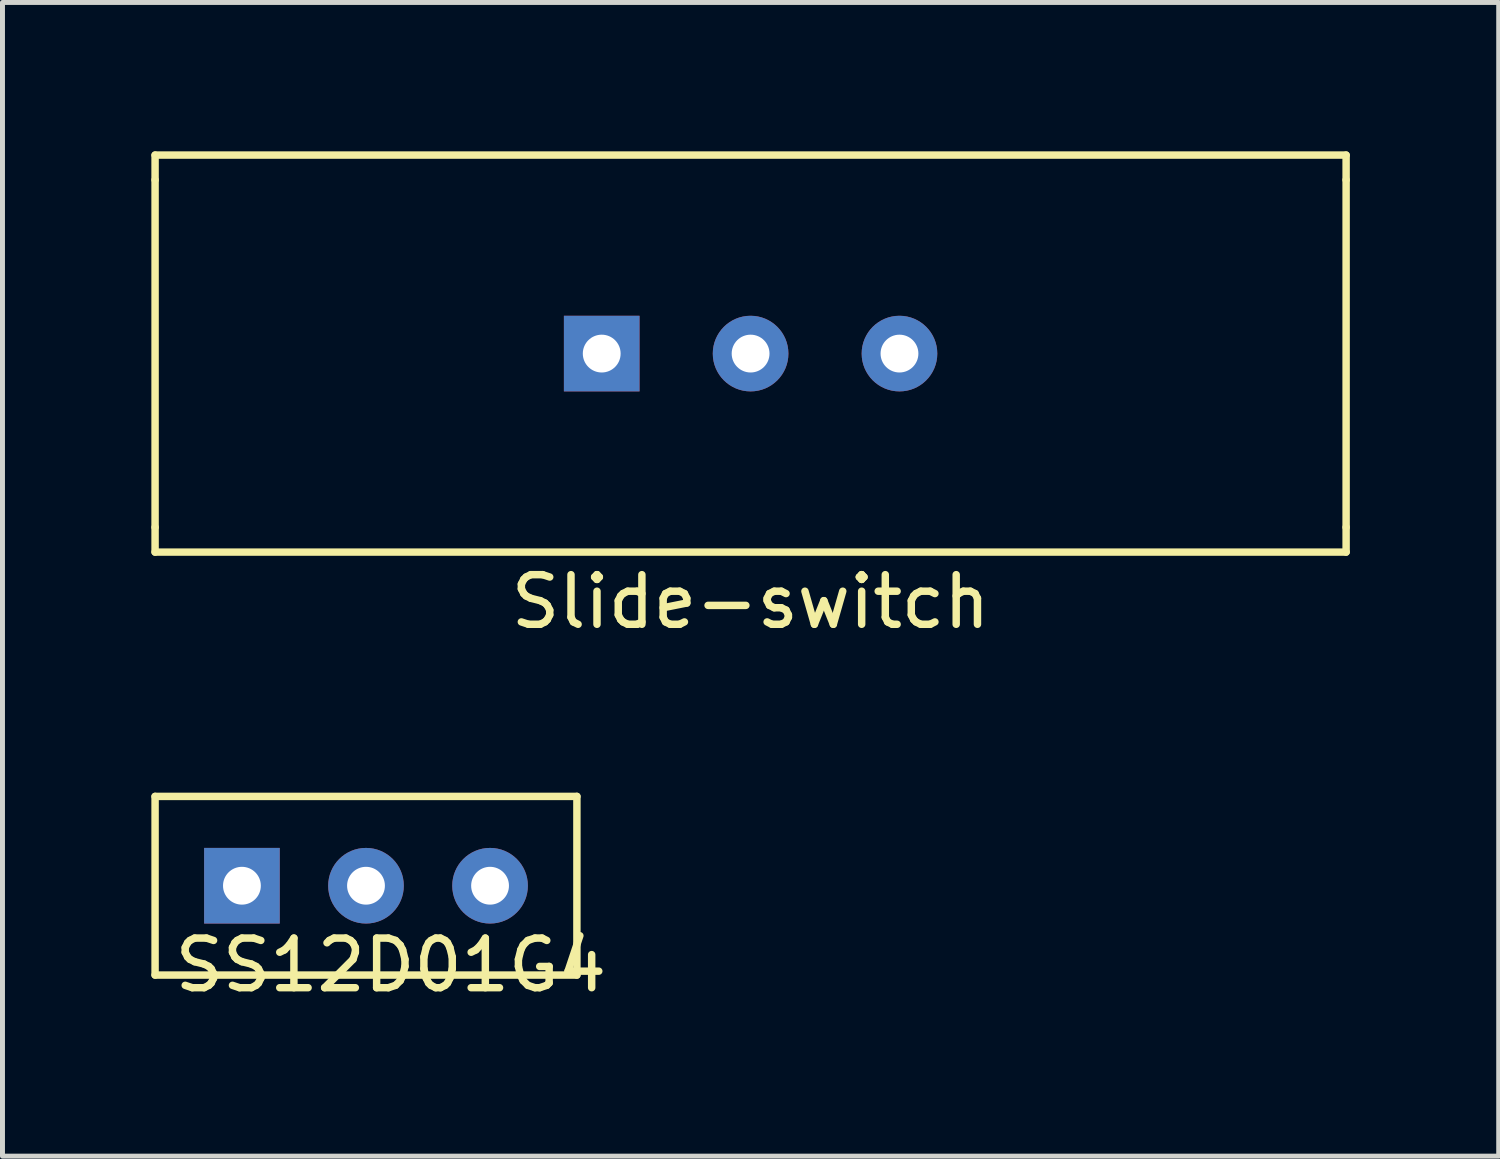
<source format=kicad_pcb>
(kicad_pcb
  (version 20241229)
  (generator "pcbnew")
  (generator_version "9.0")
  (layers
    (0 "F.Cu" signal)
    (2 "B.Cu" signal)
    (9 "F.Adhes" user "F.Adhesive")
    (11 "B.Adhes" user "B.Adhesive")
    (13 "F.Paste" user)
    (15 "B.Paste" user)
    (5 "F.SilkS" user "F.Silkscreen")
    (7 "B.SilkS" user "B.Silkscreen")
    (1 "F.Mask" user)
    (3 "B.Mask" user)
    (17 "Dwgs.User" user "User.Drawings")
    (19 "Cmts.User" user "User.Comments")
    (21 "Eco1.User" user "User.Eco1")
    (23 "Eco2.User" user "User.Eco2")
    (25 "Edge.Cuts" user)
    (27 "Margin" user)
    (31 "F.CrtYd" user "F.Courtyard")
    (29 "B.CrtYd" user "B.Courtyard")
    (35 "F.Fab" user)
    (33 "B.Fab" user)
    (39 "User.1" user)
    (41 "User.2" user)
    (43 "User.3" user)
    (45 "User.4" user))
  (footprint "Slide-switch"
    (layer "F.Cu")
    (at 12.075 4.075)
    (property "Reference" "Slide-switch" (at 0 5 0) (layer "F.SilkS") (effects (font (size 1 1) (thickness 0.15))))
    (attr through_hole)
    (fp_line (start -12 -4) (end 12 -4) (stroke (width 0.15) (type solid)) (layer "F.SilkS"))
    (fp_line (start -12 -3.5) (end -12 -4) (stroke (width 0.15) (type solid)) (layer "F.SilkS"))
    (fp_line (start -12 3.5) (end -12 -3.5) (stroke (width 0.15) (type solid)) (layer "F.SilkS"))
    (fp_line (start -12 4) (end -12 3.5) (stroke (width 0.15) (type solid)) (layer "F.SilkS"))
    (fp_line (start 12 -4) (end 12 -3.5) (stroke (width 0.15) (type solid)) (layer "F.SilkS"))
    (fp_line (start 12 -3.5) (end 12 3.5) (stroke (width 0.15) (type solid)) (layer "F.SilkS"))
    (fp_line (start 12 3.5) (end 12 4) (stroke (width 0.15) (type solid)) (layer "F.SilkS"))
    (fp_line (start 12 4) (end -12 4) (stroke (width 0.15) (type solid)) (layer "F.SilkS"))
    (pad "1" thru_hole rect (at -3 0) (size 1.524 1.524) (drill 0.762) (layers "*.Cu" "*.Mask"))
    (pad "2" thru_hole circle (at 0 0) (size 1.524 1.524) (drill 0.762) (layers "*.Cu" "*.Mask"))
    (pad "3" thru_hole circle (at 3 0) (size 1.524 1.524) (drill 0.762) (layers "*.Cu" "*.Mask")))
  (footprint "SS12D01G4"
    (layer "F.Cu")
    (at 4.325 14.798)
    (property "Reference" "SS12D01G4" (at 0.5 1.6 0) (layer "F.SilkS") (effects (font (size 1 1) (thickness 0.15))))
    (attr through_hole)
    (fp_line (start -4.25 -1.8) (end -4.25 1.8) (stroke (width 0.15) (type solid)) (layer "F.SilkS"))
    (fp_line (start -4.25 -1.8) (end 4.25 -1.8) (stroke (width 0.15) (type solid)) (layer "F.SilkS"))
    (fp_line (start -4.25 1.8) (end 4.25 1.8) (stroke (width 0.15) (type solid)) (layer "F.SilkS"))
    (fp_line (start 4.25 -1.8) (end 4.25 1.8) (stroke (width 0.15) (type solid)) (layer "F.SilkS"))
    (pad "1" thru_hole rect (at -2.5 0) (size 1.524 1.524) (drill 0.762) (layers "*.Cu" "*.Mask"))
    (pad "2" thru_hole circle (at 0 0) (size 1.524 1.524) (drill 0.762) (layers "*.Cu" "*.Mask"))
    (pad "3" thru_hole circle (at 2.5 0) (size 1.524 1.524) (drill 0.762) (layers "*.Cu" "*.Mask")))
  (gr_rect
    (start -3 -3)
    (end 27.15 20.247)
    (stroke (width 0.1) (type default))
    (fill no)
    (layer "Edge.Cuts")))
</source>
